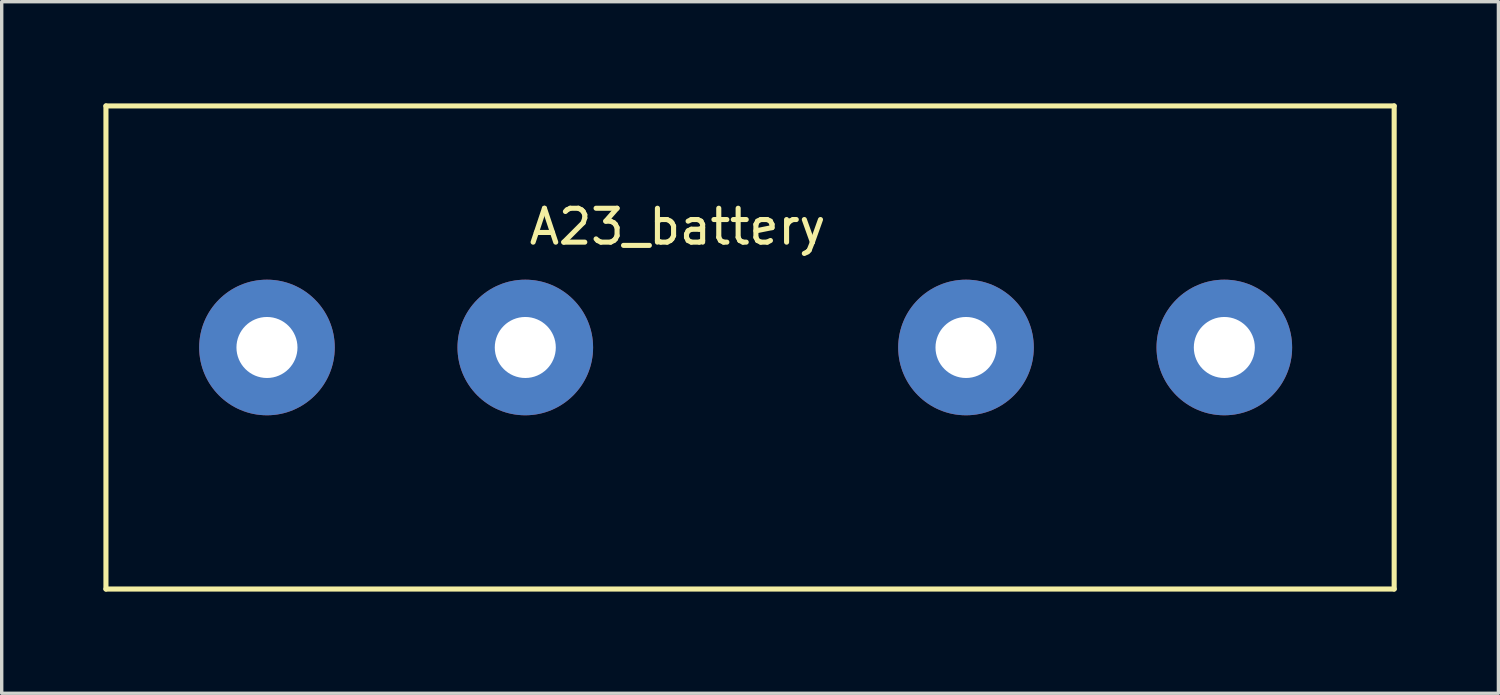
<source format=kicad_pcb>
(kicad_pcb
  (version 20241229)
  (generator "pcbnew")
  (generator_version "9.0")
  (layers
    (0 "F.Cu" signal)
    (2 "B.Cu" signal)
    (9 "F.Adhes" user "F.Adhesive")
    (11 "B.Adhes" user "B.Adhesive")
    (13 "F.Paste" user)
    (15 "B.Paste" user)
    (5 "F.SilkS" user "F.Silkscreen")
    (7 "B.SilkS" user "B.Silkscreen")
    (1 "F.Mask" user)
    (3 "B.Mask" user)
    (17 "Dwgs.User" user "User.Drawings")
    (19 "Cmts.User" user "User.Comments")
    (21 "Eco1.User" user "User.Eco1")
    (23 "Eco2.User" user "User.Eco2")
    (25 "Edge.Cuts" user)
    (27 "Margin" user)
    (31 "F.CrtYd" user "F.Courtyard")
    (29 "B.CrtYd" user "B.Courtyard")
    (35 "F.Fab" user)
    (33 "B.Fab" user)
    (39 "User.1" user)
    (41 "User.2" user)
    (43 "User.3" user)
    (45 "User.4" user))
  (footprint "A23_battery"
    (layer "F.Cu")
    (at 4.825 7.2)
    (property "Reference" "A23_battery" (at 12.113 -3.562 0) (layer "F.SilkS") (effects (font (size 1 1) (thickness 0.15))))
    (attr through_hole)
    (fp_line (start -4.75 -7.125) (end 33.25 -7.125) (stroke (width 0.15) (type solid)) (layer "F.SilkS"))
    (fp_line (start -4.75 7.125) (end -4.75 -7.125) (stroke (width 0.15) (type solid)) (layer "F.SilkS"))
    (fp_line (start 33.25 -7.125) (end 33.25 7.125) (stroke (width 0.15) (type solid)) (layer "F.SilkS"))
    (fp_line (start 33.25 7.125) (end -4.75 7.125) (stroke (width 0.15) (type solid)) (layer "F.SilkS"))
    (pad "1" thru_hole circle (at 0 0) (size 4 4) (drill 1.8) (layers "*.Cu" "*.Mask"))
    (pad "1" thru_hole circle (at 7.62 0) (size 4 4) (drill 1.8) (layers "*.Cu" "*.Mask"))
    (pad "2" thru_hole circle (at 20.62 0) (size 4 4) (drill 1.8) (layers "*.Cu" "*.Mask"))
    (pad "2" thru_hole circle (at 28.24 0) (size 4 4) (drill 1.8) (layers "*.Cu" "*.Mask")))
  (gr_rect
    (start -3 -3)
    (end 41.15 17.4)
    (stroke (width 0.1) (type default))
    (fill no)
    (layer "Edge.Cuts")))
</source>
